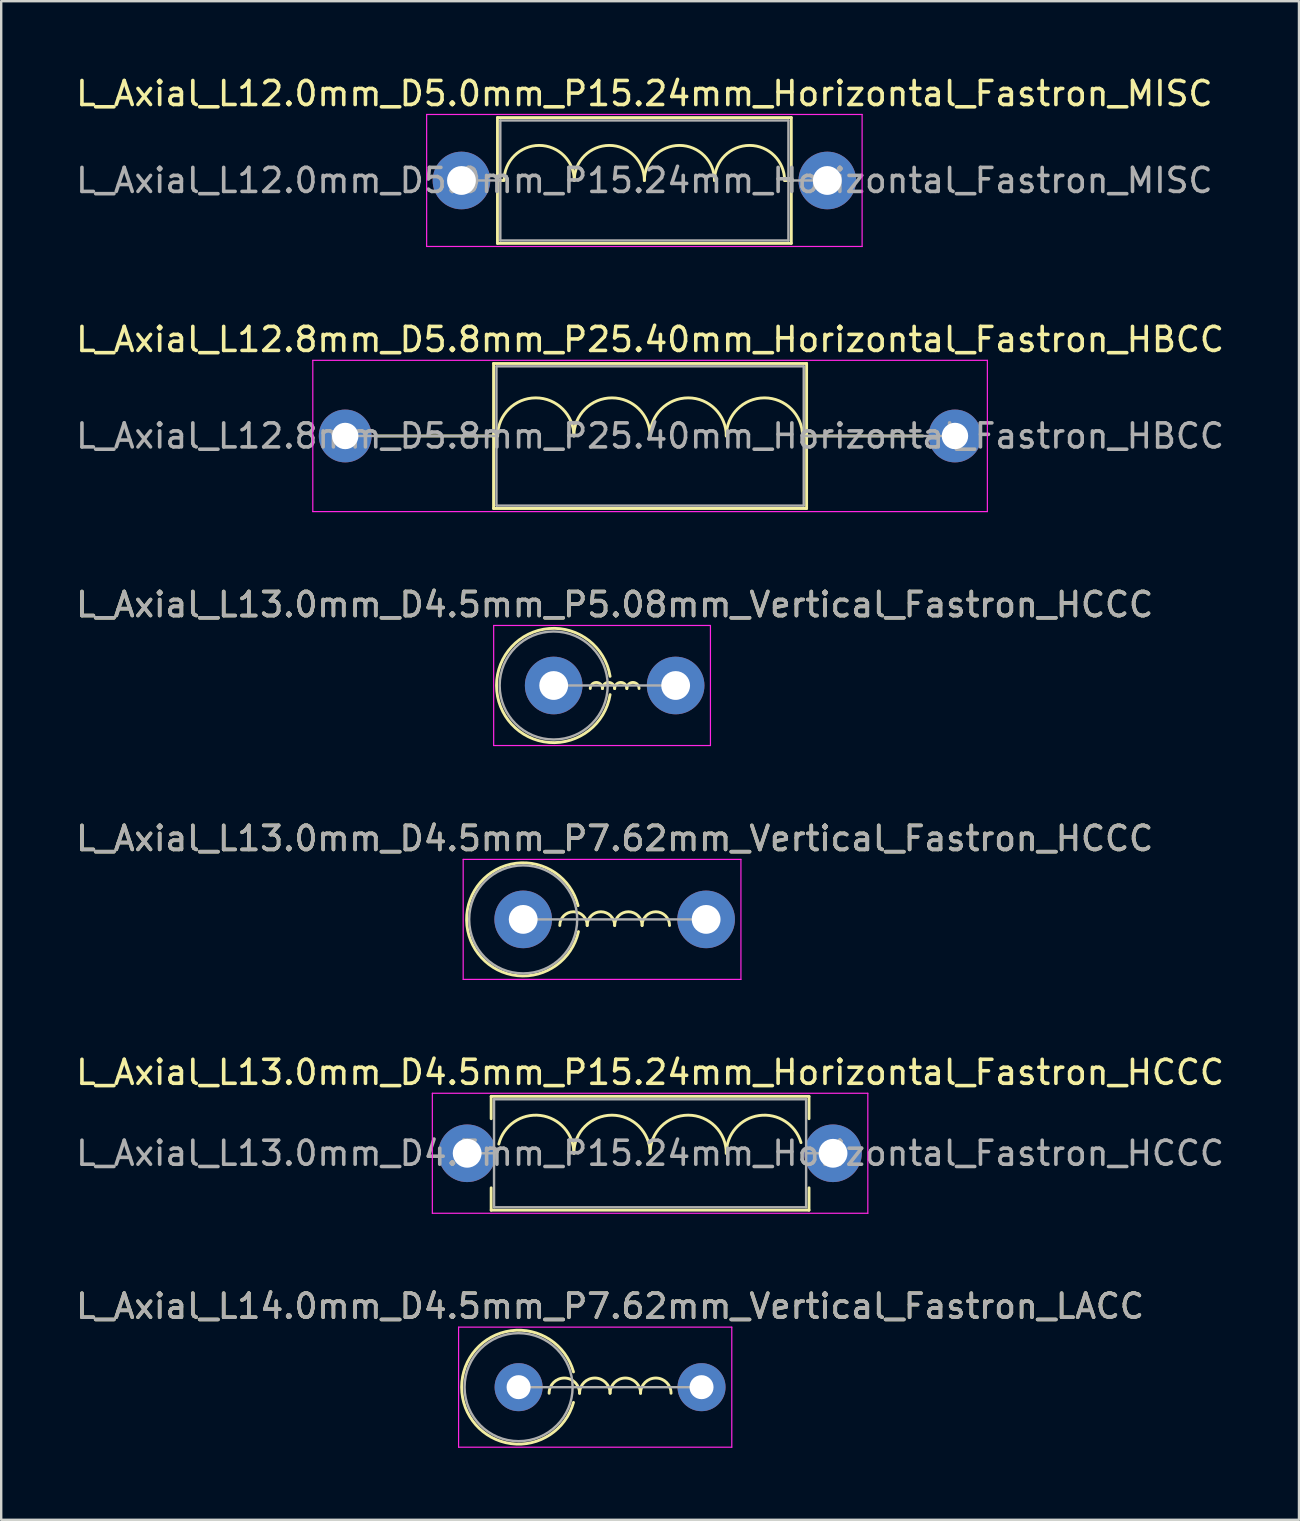
<source format=kicad_pcb>
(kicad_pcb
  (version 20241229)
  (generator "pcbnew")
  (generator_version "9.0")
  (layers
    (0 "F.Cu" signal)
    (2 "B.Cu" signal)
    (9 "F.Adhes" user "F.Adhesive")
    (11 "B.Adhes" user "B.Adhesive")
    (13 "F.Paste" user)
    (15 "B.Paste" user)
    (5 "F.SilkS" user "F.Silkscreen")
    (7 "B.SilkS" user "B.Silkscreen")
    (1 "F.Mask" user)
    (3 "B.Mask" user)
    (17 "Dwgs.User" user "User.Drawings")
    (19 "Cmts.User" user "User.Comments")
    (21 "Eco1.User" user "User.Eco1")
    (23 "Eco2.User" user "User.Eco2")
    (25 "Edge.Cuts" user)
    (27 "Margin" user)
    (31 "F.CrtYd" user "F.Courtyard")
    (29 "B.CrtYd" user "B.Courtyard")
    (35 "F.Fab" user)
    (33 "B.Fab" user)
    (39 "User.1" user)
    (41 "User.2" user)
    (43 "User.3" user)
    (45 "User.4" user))
  (footprint "L_Axial_L13.0mm_D4.5mm_P5.08mm_Vertical_Fastron_HCCC"
    (layer "F.Cu")
    (at 20.014 25.505)
    (property "Reference" "L_Axial_L13.0mm_D4.5mm_P5.08mm_Vertical_Fastron_HCCC" (at 2.54 -3.37 0) (layer "F.SilkS") (effects (font (size 1 1) (thickness 0.15))))
    (attr through_hole)
    (fp_arc (start 1.524 0.127) (mid 1.778 -0.127) (end 2.032 0.127) (stroke (width 0.12) (type solid)) (layer "F.SilkS"))
    (fp_arc (start 2.032 0.127) (mid 2.286 -0.127) (end 2.54 0.127) (stroke (width 0.12) (type solid)) (layer "F.SilkS"))
    (fp_arc (start 2.3495 0.381) (mid -2.380191 0) (end 2.3495 -0.381) (stroke (width 0.12) (type solid)) (layer "F.SilkS"))
    (fp_arc (start 2.54 0.127) (mid 2.794 -0.127) (end 3.048 0.127) (stroke (width 0.12) (type solid)) (layer "F.SilkS"))
    (fp_arc (start 3.048 0.127) (mid 3.302 -0.127) (end 3.556 0.127) (stroke (width 0.12) (type solid)) (layer "F.SilkS"))
    (fp_line (start -2.5 -2.5) (end -2.5 2.5) (stroke (width 0.05) (type solid)) (layer "F.CrtYd"))
    (fp_line (start -2.5 2.5) (end 6.53 2.5) (stroke (width 0.05) (type solid)) (layer "F.CrtYd"))
    (fp_line (start 6.53 -2.5) (end -2.5 -2.5) (stroke (width 0.05) (type solid)) (layer "F.CrtYd"))
    (fp_line (start 6.53 2.5) (end 6.53 -2.5) (stroke (width 0.05) (type solid)) (layer "F.CrtYd"))
    (fp_line (start 0 0) (end 5.08 0) (stroke (width 0.1) (type solid)) (layer "F.Fab"))
    (fp_circle (center 0 0) (end 2.25 0) (stroke (width 0.1) (type solid)) (fill no) (layer "F.Fab"))
    (fp_text user "${REFERENCE}" (at 2.54 -3.37 0) (layer "F.Fab") (effects (font (size 1 1) (thickness 0.15))))
    (pad "1" thru_hole circle (at 0 0) (size 2.4 2.4) (drill 1.2) (layers "*.Cu" "*.Mask"))
    (pad "2" thru_hole oval (at 5.08 0) (size 2.4 2.4) (drill 1.2) (layers "*.Cu" "*.Mask")))
  (footprint "L_Axial_L12.0mm_D5.0mm_P15.24mm_Horizontal_Fastron_MISC"
    (layer "F.Cu")
    (at 16.172 4.468)
    (property "Reference" "L_Axial_L12.0mm_D5.0mm_P15.24mm_Horizontal_Fastron_MISC" (at 7.62 -3.62 0) (layer "F.SilkS") (effects (font (size 1 1) (thickness 0.15))))
    (attr through_hole)
    (fp_line (start 1.44 0) (end 1.5 0) (stroke (width 0.12) (type solid)) (layer "F.SilkS"))
    (fp_line (start 1.5 -2.62) (end 1.5 2.62) (stroke (width 0.12) (type solid)) (layer "F.SilkS"))
    (fp_line (start 1.5 2.62) (end 13.74 2.62) (stroke (width 0.12) (type solid)) (layer "F.SilkS"))
    (fp_line (start 1.746 0) (end 1.46 0) (stroke (width 0.12) (type solid)) (layer "F.SilkS"))
    (fp_line (start 13.462 0) (end 13.78 0) (stroke (width 0.12) (type solid)) (layer "F.SilkS"))
    (fp_line (start 13.74 -2.62) (end 1.5 -2.62) (stroke (width 0.12) (type solid)) (layer "F.SilkS"))
    (fp_line (start 13.74 2.62) (end 13.74 -2.62) (stroke (width 0.12) (type solid)) (layer "F.SilkS"))
    (fp_line (start 13.8 0) (end 13.74 0) (stroke (width 0.12) (type solid)) (layer "F.SilkS"))
    (fp_arc (start 1.778 0) (mid 3.2385 -1.4605) (end 4.699 0) (stroke (width 0.12) (type solid)) (layer "F.SilkS"))
    (fp_arc (start 4.699 0) (mid 6.1595 -1.4605) (end 7.62 0) (stroke (width 0.12) (type solid)) (layer "F.SilkS"))
    (fp_arc (start 7.62 0) (mid 9.0805 -1.4605) (end 10.541 0) (stroke (width 0.12) (type solid)) (layer "F.SilkS"))
    (fp_arc (start 10.541 0) (mid 12.0015 -1.4605) (end 13.462 0) (stroke (width 0.12) (type solid)) (layer "F.SilkS"))
    (fp_line (start -1.45 -2.75) (end -1.45 2.75) (stroke (width 0.05) (type solid)) (layer "F.CrtYd"))
    (fp_line (start -1.45 2.75) (end 16.69 2.75) (stroke (width 0.05) (type solid)) (layer "F.CrtYd"))
    (fp_line (start 16.69 -2.75) (end -1.45 -2.75) (stroke (width 0.05) (type solid)) (layer "F.CrtYd"))
    (fp_line (start 16.69 2.75) (end 16.69 -2.75) (stroke (width 0.05) (type solid)) (layer "F.CrtYd"))
    (fp_line (start 0 0) (end 1.62 0) (stroke (width 0.1) (type solid)) (layer "F.Fab"))
    (fp_line (start 1.62 -2.5) (end 1.62 2.5) (stroke (width 0.1) (type solid)) (layer "F.Fab"))
    (fp_line (start 1.62 2.5) (end 13.62 2.5) (stroke (width 0.1) (type solid)) (layer "F.Fab"))
    (fp_line (start 13.62 -2.5) (end 1.62 -2.5) (stroke (width 0.1) (type solid)) (layer "F.Fab"))
    (fp_line (start 13.62 2.5) (end 13.62 -2.5) (stroke (width 0.1) (type solid)) (layer "F.Fab"))
    (fp_line (start 15.24 0) (end 13.62 0) (stroke (width 0.1) (type solid)) (layer "F.Fab"))
    (fp_text user "${REFERENCE}" (at 7.62 0 0) (layer "F.Fab") (effects (font (size 1 1) (thickness 0.15))))
    (pad "1" thru_hole circle (at 0 0) (size 2.4 2.4) (drill 1.2) (layers "*.Cu" "*.Mask"))
    (pad "2" thru_hole oval (at 15.24 0) (size 2.4 2.4) (drill 1.2) (layers "*.Cu" "*.Mask")))
  (footprint "L_Axial_L14.0mm_D4.5mm_P7.62mm_Vertical_Fastron_LACC"
    (layer "F.Cu")
    (at 18.553 54.734)
    (property "Reference" "L_Axial_L14.0mm_D4.5mm_P7.62mm_Vertical_Fastron_LACC" (at 3.81 -3.37 0) (layer "F.SilkS") (effects (font (size 1 1) (thickness 0.15))))
    (attr through_hole)
    (fp_arc (start 1.27 0.254) (mid 1.905 -0.381) (end 2.54 0.254) (stroke (width 0.12) (type solid)) (layer "F.SilkS"))
    (fp_arc (start 2.286 0.635) (mid -2.372556 0) (end 2.286 -0.635) (stroke (width 0.12) (type solid)) (layer "F.SilkS"))
    (fp_arc (start 2.54 0.254) (mid 3.175 -0.381) (end 3.81 0.254) (stroke (width 0.12) (type solid)) (layer "F.SilkS"))
    (fp_arc (start 3.81 0.254) (mid 4.445 -0.381) (end 5.08 0.254) (stroke (width 0.12) (type solid)) (layer "F.SilkS"))
    (fp_arc (start 5.08 0.254) (mid 5.715 -0.381) (end 6.35 0.254) (stroke (width 0.12) (type solid)) (layer "F.SilkS"))
    (fp_line (start -2.5 -2.5) (end -2.5 2.5) (stroke (width 0.05) (type solid)) (layer "F.CrtYd"))
    (fp_line (start -2.5 2.5) (end 8.88 2.5) (stroke (width 0.05) (type solid)) (layer "F.CrtYd"))
    (fp_line (start 8.88 -2.5) (end -2.5 -2.5) (stroke (width 0.05) (type solid)) (layer "F.CrtYd"))
    (fp_line (start 8.88 2.5) (end 8.88 -2.5) (stroke (width 0.05) (type solid)) (layer "F.CrtYd"))
    (fp_line (start 0 0) (end 7.62 0) (stroke (width 0.1) (type solid)) (layer "F.Fab"))
    (fp_circle (center 0 0) (end 2.25 0) (stroke (width 0.1) (type solid)) (fill no) (layer "F.Fab"))
    (fp_text user "${REFERENCE}" (at 3.81 -3.37 0) (layer "F.Fab") (effects (font (size 1 1) (thickness 0.15))))
    (pad "1" thru_hole circle (at 0 0) (size 2 2) (drill 1) (layers "*.Cu" "*.Mask"))
    (pad "2" thru_hole oval (at 7.62 0) (size 2 2) (drill 1) (layers "*.Cu" "*.Mask")))
  (footprint "L_Axial_L13.0mm_D4.5mm_P7.62mm_Vertical_Fastron_HCCC"
    (layer "F.Cu")
    (at 18.744 35.248)
    (property "Reference" "L_Axial_L13.0mm_D4.5mm_P7.62mm_Vertical_Fastron_HCCC" (at 3.81 -3.37 0) (layer "F.SilkS") (effects (font (size 1 1) (thickness 0.15))))
    (attr through_hole)
    (fp_arc (start 1.524 0.254) (mid 2.0955 -0.3175) (end 2.667 0.254) (stroke (width 0.12) (type solid)) (layer "F.SilkS"))
    (fp_arc (start 2.300848 0.508434) (mid -2.356132 0.032395) (end 2.286 -0.5715) (stroke (width 0.12) (type solid)) (layer "F.SilkS"))
    (fp_arc (start 2.667 0.254) (mid 3.2385 -0.3175) (end 3.81 0.254) (stroke (width 0.12) (type solid)) (layer "F.SilkS"))
    (fp_arc (start 3.81 0.254) (mid 4.3815 -0.3175) (end 4.953 0.254) (stroke (width 0.12) (type solid)) (layer "F.SilkS"))
    (fp_arc (start 4.953 0.254) (mid 5.5245 -0.3175) (end 6.096 0.254) (stroke (width 0.12) (type solid)) (layer "F.SilkS"))
    (fp_line (start -2.5 -2.5) (end -2.5 2.5) (stroke (width 0.05) (type solid)) (layer "F.CrtYd"))
    (fp_line (start -2.5 2.5) (end 9.07 2.5) (stroke (width 0.05) (type solid)) (layer "F.CrtYd"))
    (fp_line (start 9.07 -2.5) (end -2.5 -2.5) (stroke (width 0.05) (type solid)) (layer "F.CrtYd"))
    (fp_line (start 9.07 2.5) (end 9.07 -2.5) (stroke (width 0.05) (type solid)) (layer "F.CrtYd"))
    (fp_line (start 0 0) (end 7.62 0) (stroke (width 0.1) (type solid)) (layer "F.Fab"))
    (fp_circle (center 0 0) (end 2.25 0) (stroke (width 0.1) (type solid)) (fill no) (layer "F.Fab"))
    (fp_text user "${REFERENCE}" (at 3.81 -3.37 0) (layer "F.Fab") (effects (font (size 1 1) (thickness 0.15))))
    (pad "1" thru_hole circle (at 0 0) (size 2.4 2.4) (drill 1.2) (layers "*.Cu" "*.Mask"))
    (pad "2" thru_hole oval (at 7.62 0) (size 2.4 2.4) (drill 1.2) (layers "*.Cu" "*.Mask")))
  (footprint "L_Axial_L13.0mm_D4.5mm_P15.24mm_Horizontal_Fastron_HCCC"
    (layer "F.Cu")
    (at 16.41 44.991)
    (property "Reference" "L_Axial_L13.0mm_D4.5mm_P15.24mm_Horizontal_Fastron_HCCC" (at 7.62 -3.37 0) (layer "F.SilkS") (effects (font (size 1 1) (thickness 0.15))))
    (attr through_hole)
    (fp_line (start 1 -2.37) (end 14.24 -2.37) (stroke (width 0.12) (type solid)) (layer "F.SilkS"))
    (fp_line (start 1 -1.44) (end 1 -2.37) (stroke (width 0.12) (type solid)) (layer "F.SilkS"))
    (fp_line (start 1 1.44) (end 1 2.37) (stroke (width 0.12) (type solid)) (layer "F.SilkS"))
    (fp_line (start 1 2.37) (end 14.24 2.37) (stroke (width 0.12) (type solid)) (layer "F.SilkS"))
    (fp_line (start 14.24 -2.37) (end 14.24 -1.44) (stroke (width 0.12) (type solid)) (layer "F.SilkS"))
    (fp_line (start 14.24 2.37) (end 14.24 1.44) (stroke (width 0.12) (type solid)) (layer "F.SilkS"))
    (fp_arc (start 1.317399 -0.385025) (mid 3.051466 -1.575605) (end 4.445 0) (stroke (width 0.12) (type solid)) (layer "F.SilkS"))
    (fp_arc (start 4.445 0) (mid 6.0325 -1.5875) (end 7.62 0) (stroke (width 0.12) (type solid)) (layer "F.SilkS"))
    (fp_arc (start 7.62 0) (mid 9.2075 -1.5875) (end 10.795 0) (stroke (width 0.12) (type solid)) (layer "F.SilkS"))
    (fp_arc (start 10.795 0) (mid 12.157994 -1.571545) (end 13.9065 -0.4445) (stroke (width 0.12) (type solid)) (layer "F.SilkS"))
    (fp_line (start -1.45 -2.5) (end -1.45 2.5) (stroke (width 0.05) (type solid)) (layer "F.CrtYd"))
    (fp_line (start -1.45 2.5) (end 16.69 2.5) (stroke (width 0.05) (type solid)) (layer "F.CrtYd"))
    (fp_line (start 16.69 -2.5) (end -1.45 -2.5) (stroke (width 0.05) (type solid)) (layer "F.CrtYd"))
    (fp_line (start 16.69 2.5) (end 16.69 -2.5) (stroke (width 0.05) (type solid)) (layer "F.CrtYd"))
    (fp_line (start 0 0) (end 1.12 0) (stroke (width 0.1) (type solid)) (layer "F.Fab"))
    (fp_line (start 1.12 -2.25) (end 1.12 2.25) (stroke (width 0.1) (type solid)) (layer "F.Fab"))
    (fp_line (start 1.12 2.25) (end 14.12 2.25) (stroke (width 0.1) (type solid)) (layer "F.Fab"))
    (fp_line (start 14.12 -2.25) (end 1.12 -2.25) (stroke (width 0.1) (type solid)) (layer "F.Fab"))
    (fp_line (start 14.12 2.25) (end 14.12 -2.25) (stroke (width 0.1) (type solid)) (layer "F.Fab"))
    (fp_line (start 15.24 0) (end 14.12 0) (stroke (width 0.1) (type solid)) (layer "F.Fab"))
    (fp_text user "${REFERENCE}" (at 7.62 0 0) (layer "F.Fab") (effects (font (size 1 1) (thickness 0.15))))
    (pad "1" thru_hole circle (at 0 0) (size 2.4 2.4) (drill 1.2) (layers "*.Cu" "*.Mask"))
    (pad "2" thru_hole oval (at 15.24 0) (size 2.4 2.4) (drill 1.2) (layers "*.Cu" "*.Mask")))
  (footprint "L_Axial_L12.8mm_D5.8mm_P25.40mm_Horizontal_Fastron_HBCC"
    (layer "F.Cu")
    (at 11.33 15.111)
    (property "Reference" "L_Axial_L12.8mm_D5.8mm_P25.40mm_Horizontal_Fastron_HBCC" (at 12.7 -4.02 0) (layer "F.SilkS") (effects (font (size 1 1) (thickness 0.15))))
    (attr through_hole)
    (fp_line (start 1.34 0) (end 6.18 0) (stroke (width 0.12) (type solid)) (layer "F.SilkS"))
    (fp_line (start 6.18 -3.02) (end 6.18 3.02) (stroke (width 0.12) (type solid)) (layer "F.SilkS"))
    (fp_line (start 6.18 3.02) (end 19.22 3.02) (stroke (width 0.12) (type solid)) (layer "F.SilkS"))
    (fp_line (start 6.35 0) (end 6.16 0) (stroke (width 0.12) (type solid)) (layer "F.SilkS"))
    (fp_line (start 19.05 0) (end 19.22 0) (stroke (width 0.12) (type solid)) (layer "F.SilkS"))
    (fp_line (start 19.22 -3.02) (end 6.18 -3.02) (stroke (width 0.12) (type solid)) (layer "F.SilkS"))
    (fp_line (start 19.22 3.02) (end 19.22 -3.02) (stroke (width 0.12) (type solid)) (layer "F.SilkS"))
    (fp_line (start 24.06 0) (end 19.22 0) (stroke (width 0.12) (type solid)) (layer "F.SilkS"))
    (fp_arc (start 6.35 0) (mid 7.9375 -1.5875) (end 9.525 0) (stroke (width 0.12) (type solid)) (layer "F.SilkS"))
    (fp_arc (start 9.525 0) (mid 11.1125 -1.5875) (end 12.7 0) (stroke (width 0.12) (type solid)) (layer "F.SilkS"))
    (fp_arc (start 12.7 0) (mid 14.2875 -1.5875) (end 15.875 0) (stroke (width 0.12) (type solid)) (layer "F.SilkS"))
    (fp_arc (start 15.875 0) (mid 17.4625 -1.5875) (end 19.05 0) (stroke (width 0.12) (type solid)) (layer "F.SilkS"))
    (fp_line (start -1.35 -3.15) (end -1.35 3.15) (stroke (width 0.05) (type solid)) (layer "F.CrtYd"))
    (fp_line (start -1.35 3.15) (end 26.75 3.15) (stroke (width 0.05) (type solid)) (layer "F.CrtYd"))
    (fp_line (start 26.75 -3.15) (end -1.35 -3.15) (stroke (width 0.05) (type solid)) (layer "F.CrtYd"))
    (fp_line (start 26.75 3.15) (end 26.75 -3.15) (stroke (width 0.05) (type solid)) (layer "F.CrtYd"))
    (fp_line (start 0 0) (end 6.3 0) (stroke (width 0.1) (type solid)) (layer "F.Fab"))
    (fp_line (start 6.3 -2.9) (end 6.3 2.9) (stroke (width 0.1) (type solid)) (layer "F.Fab"))
    (fp_line (start 6.3 2.9) (end 19.1 2.9) (stroke (width 0.1) (type solid)) (layer "F.Fab"))
    (fp_line (start 19.1 -2.9) (end 6.3 -2.9) (stroke (width 0.1) (type solid)) (layer "F.Fab"))
    (fp_line (start 19.1 2.9) (end 19.1 -2.9) (stroke (width 0.1) (type solid)) (layer "F.Fab"))
    (fp_line (start 25.4 0) (end 19.1 0) (stroke (width 0.1) (type solid)) (layer "F.Fab"))
    (fp_text user "${REFERENCE}" (at 12.7 0 0) (layer "F.Fab") (effects (font (size 1 1) (thickness 0.15))))
    (pad "1" thru_hole circle (at 0 0) (size 2.2 2.2) (drill 1.1) (layers "*.Cu" "*.Mask"))
    (pad "2" thru_hole oval (at 25.4 0) (size 2.2 2.2) (drill 1.1) (layers "*.Cu" "*.Mask")))
  (gr_rect
    (start -3 -3)
    (end 51.06 60.26)
    (stroke (width 0.1) (type default))
    (fill no)
    (layer "Edge.Cuts")))
</source>
